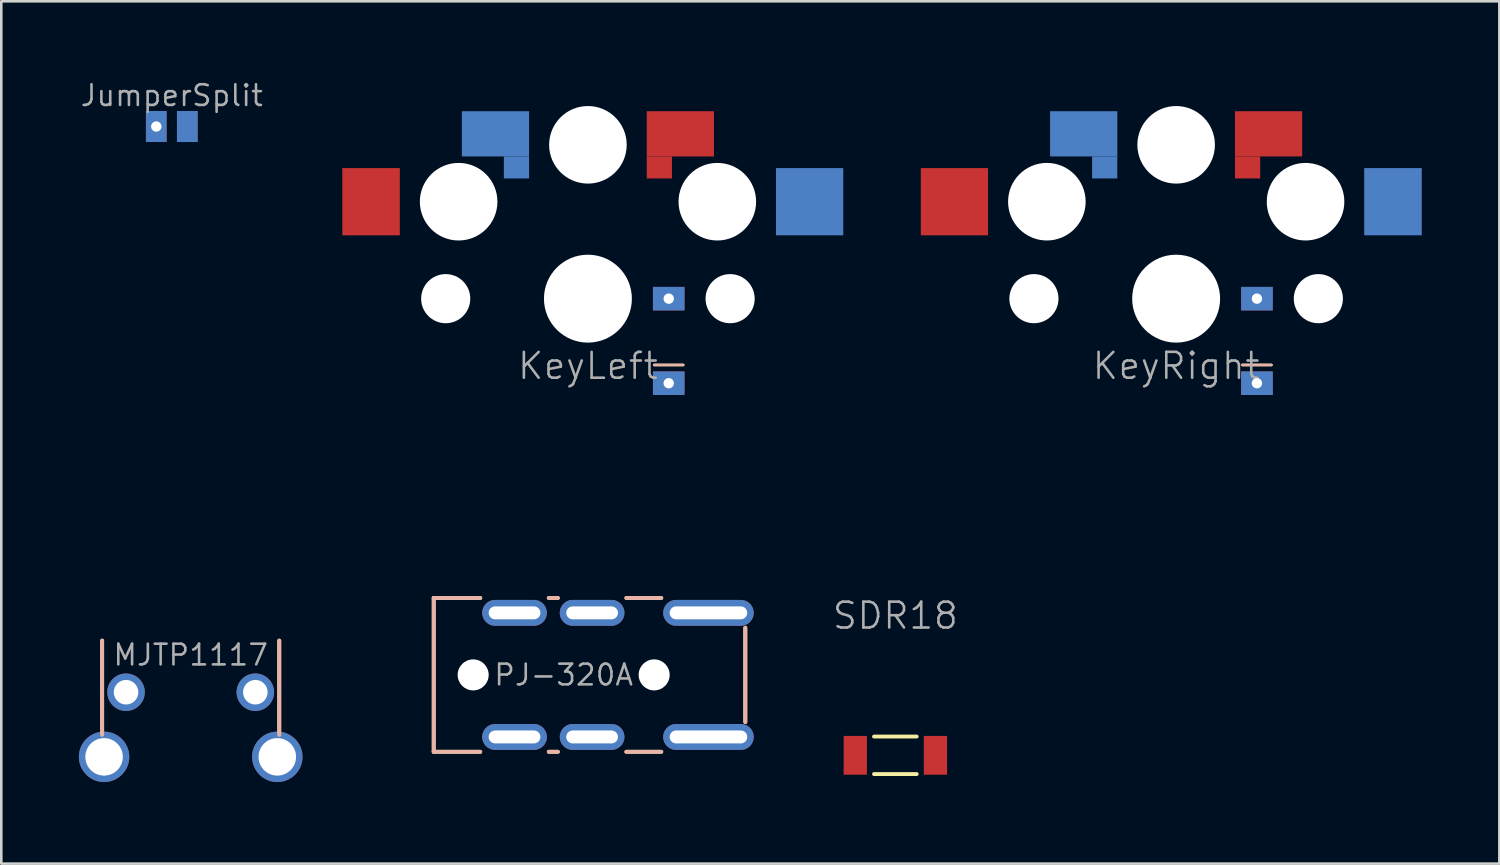
<source format=kicad_pcb>
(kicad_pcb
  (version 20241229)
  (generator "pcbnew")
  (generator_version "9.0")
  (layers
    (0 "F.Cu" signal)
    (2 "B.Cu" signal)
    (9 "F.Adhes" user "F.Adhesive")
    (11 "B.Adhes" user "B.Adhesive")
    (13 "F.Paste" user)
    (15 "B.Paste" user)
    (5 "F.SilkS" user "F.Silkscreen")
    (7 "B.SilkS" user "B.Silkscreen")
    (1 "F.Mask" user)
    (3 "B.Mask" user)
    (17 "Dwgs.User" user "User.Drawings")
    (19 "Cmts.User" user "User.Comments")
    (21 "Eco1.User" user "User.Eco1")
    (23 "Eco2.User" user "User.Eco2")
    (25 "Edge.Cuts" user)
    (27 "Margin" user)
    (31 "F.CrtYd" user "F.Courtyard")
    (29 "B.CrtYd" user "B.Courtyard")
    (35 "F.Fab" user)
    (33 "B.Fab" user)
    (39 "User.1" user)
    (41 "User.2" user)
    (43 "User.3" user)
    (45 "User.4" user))
  (footprint "KeyRight"
    (layer "F.Cu")
    (at 42.438 8.501)
    (property "Reference" "KeyRight" (at 0 2.6 0) (unlocked yes) (layer "F.Fab") (effects (font (size 1 1) (thickness 0.1))))
    (attr through_hole)
    (fp_line (start 2.565 2.565) (end 3.685 2.565) (stroke (width 0.1) (type default)) (layer "F.SilkS"))
    (fp_line (start 2.565 2.565) (end 3.685 2.565) (stroke (width 0.1) (type default)) (layer "B.SilkS"))
    (fp_rect (start -9 -8.5) (end 9 8.5) (stroke (width 0.001) (type default)) (fill no) (layer "Dwgs.User"))
    (fp_rect (start -6.9 -6.9) (end 6.9 6.9) (stroke (width 0.001) (type default)) (fill no) (layer "B.Fab"))
    (fp_rect (start 7.275 -8.275) (end -2.275 -1.425) (stroke (width 0.001) (type default)) (fill no) (layer "B.Fab"))
    (fp_rect (start -7.275 -8.275) (end 2.275 -1.425) (stroke (width 0.001) (type default)) (fill no) (layer "F.Fab"))
    (fp_rect (start -6.9 -6.9) (end 6.9 6.9) (stroke (width 0.001) (type default)) (fill no) (layer "F.Fab"))
    (pad "" np_thru_hole circle (at -5.5 0) (size 1.9 1.9) (drill 1.9) (layers "*.Cu" "*.Mask"))
    (pad "" np_thru_hole circle (at -5 -3.75) (size 3 3) (drill 3) (layers "*.Cu" "*.Mask"))
    (pad "" np_thru_hole circle (at 0 -5.95) (size 3 3) (drill 3) (layers "*.Cu" "*.Mask"))
    (pad "" np_thru_hole circle (at 0 0) (size 3.4 3.4) (drill 3.4) (layers "*.Cu" "*.Mask"))
    (pad "" np_thru_hole circle (at 5.005 -3.75) (size 3 3) (drill 3) (layers "*.Cu" "*.Mask"))
    (pad "" np_thru_hole circle (at 5.5 0) (size 1.9 1.9) (drill 1.9) (layers "*.Cu" "*.Mask"))
    (pad "1" smd rect (at -8.575 -3.75) (size 2.6 2.6) (layers "F.Cu" "F.Mask" "F.Paste"))
    (pad "2" smd rect (at -3.575 -6.375) (size 2.6 1.75) (layers "B.Cu" "B.Mask" "B.Paste"))
    (pad "2" smd rect (at -2.763 -5.075) (size 0.975 0.85) (layers "B.Cu" "B.Mask" "B.Paste"))
    (pad "3" smd rect (at 8.387 -3.75) (size 2.225 2.6) (layers "B.Cu" "B.Mask" "B.Paste"))
    (pad "4" smd rect (at 2.763 -5.075) (size 0.975 0.85) (layers "F.Cu" "F.Mask" "F.Paste"))
    (pad "4" smd rect (at 3.575 -6.375) (size 2.6 1.75) (layers "F.Cu" "F.Mask" "F.Paste"))
    (pad "5" thru_hole rect (at 3.125 0 90) (size 0.91 1.22) (drill 0.4) (layers "*.Cu" "*.Paste" "*.Mask"))
    (pad "6" thru_hole rect (at 3.125 3.27 90) (size 0.91 1.22) (drill 0.4) (layers "*.Cu" "*.Paste" "*.Mask")))
  (footprint "KeyLeft"
    (layer "F.Cu")
    (at 19.688 8.501)
    (property "Reference" "KeyLeft" (at 0 2.6 0) (unlocked yes) (layer "F.Fab") (effects (font (size 1 1) (thickness 0.1))))
    (attr through_hole)
    (fp_line (start 2.565 2.565) (end 3.685 2.565) (stroke (width 0.1) (type default)) (layer "F.SilkS"))
    (fp_line (start 2.565 2.565) (end 3.685 2.565) (stroke (width 0.1) (type default)) (layer "B.SilkS"))
    (fp_rect (start -9 -8.5) (end 9 8.5) (stroke (width 0.001) (type default)) (fill no) (layer "Dwgs.User"))
    (fp_rect (start -6.9 -6.9) (end 6.9 6.9) (stroke (width 0.001) (type default)) (fill no) (layer "B.Fab"))
    (fp_rect (start 7.275 -8.275) (end -2.275 -1.425) (stroke (width 0.001) (type default)) (fill no) (layer "B.Fab"))
    (fp_rect (start -7.275 -8.275) (end 2.275 -1.425) (stroke (width 0.001) (type default)) (fill no) (layer "F.Fab"))
    (fp_rect (start -6.9 -6.9) (end 6.9 6.9) (stroke (width 0.001) (type default)) (fill no) (layer "F.Fab"))
    (pad "" np_thru_hole circle (at -5.5 0) (size 1.9 1.9) (drill 1.9) (layers "*.Cu" "*.Mask"))
    (pad "" np_thru_hole circle (at -5 -3.75) (size 3 3) (drill 3) (layers "*.Cu" "*.Mask"))
    (pad "" np_thru_hole circle (at 0 -5.95) (size 3 3) (drill 3) (layers "*.Cu" "*.Mask"))
    (pad "" np_thru_hole circle (at 0 0) (size 3.4 3.4) (drill 3.4) (layers "*.Cu" "*.Mask"))
    (pad "" np_thru_hole circle (at 5.005 -3.75) (size 3 3) (drill 3) (layers "*.Cu" "*.Mask"))
    (pad "" np_thru_hole circle (at 5.5 0) (size 1.9 1.9) (drill 1.9) (layers "*.Cu" "*.Mask"))
    (pad "1" smd rect (at -8.387 -3.75) (size 2.225 2.6) (layers "F.Cu" "F.Mask" "F.Paste"))
    (pad "2" smd rect (at -3.575 -6.375) (size 2.6 1.75) (layers "B.Cu" "B.Mask" "B.Paste"))
    (pad "2" smd rect (at -2.763 -5.075) (size 0.975 0.85) (layers "B.Cu" "B.Mask" "B.Paste"))
    (pad "3" smd rect (at 8.575 -3.75) (size 2.6 2.6) (layers "B.Cu" "B.Mask" "B.Paste"))
    (pad "4" smd rect (at 2.763 -5.075) (size 0.975 0.85) (layers "F.Cu" "F.Mask" "F.Paste"))
    (pad "4" smd rect (at 3.575 -6.375) (size 2.6 1.75) (layers "F.Cu" "F.Mask" "F.Paste"))
    (pad "5" thru_hole rect (at 3.125 0 90) (size 0.91 1.22) (drill 0.4) (layers "*.Cu" "*.Paste" "*.Mask"))
    (pad "6" thru_hole rect (at 3.125 3.27 90) (size 0.91 1.22) (drill 0.4) (layers "*.Cu" "*.Paste" "*.Mask")))
  (footprint "SDR18"
    (layer "F.Cu")
    (at 31.579 26.162)
    (property "Reference" "SDR18" (at 0 -5.4 0) (unlocked yes) (layer "F.Fab") (effects (font (size 1 1) (thickness 0.1))))
    (attr smd)
    (fp_line (start -0.825 -0.725) (end 0.825 -0.725) (stroke (width 0.15) (type default)) (layer "F.SilkS"))
    (fp_line (start -0.825 0.725) (end 0.825 0.725) (stroke (width 0.15) (type default)) (layer "F.SilkS"))
    (fp_rect (start -1.6 -0.8) (end 1.6 0.8) (stroke (width 0.0001) (type default)) (fill no) (layer "F.Fab"))
    (pad "1" smd rect (at -1.55 0) (size 0.9 1.5) (layers "F.Cu" "F.Mask" "F.Paste"))
    (pad "2" smd rect (at 1.55 0) (size 0.9 1.5) (layers "F.Cu" "F.Mask" "F.Paste")))
  (footprint "MJTP1117"
    (layer "F.Cu")
    (at 4.325 23.677)
    (property "Reference" "MJTP1117" (at 0 -1.397 0) (unlocked yes) (layer "F.Fab") (effects (font (size 0.8 0.8) (thickness 0.1))))
    (attr through_hole)
    (fp_line (start -3.425 1.595) (end -3.425 -1.95) (stroke (width 0.15) (type default)) (layer "F.SilkS"))
    (fp_line (start 3.425 1.595) (end 3.425 -1.95) (stroke (width 0.15) (type default)) (layer "F.SilkS"))
    (fp_line (start -3.425 1.695) (end -3.425 -1.95) (stroke (width 0.15) (type default)) (layer "B.SilkS"))
    (fp_line (start 3.425 1.695) (end 3.425 -1.95) (stroke (width 0.15) (type default)) (layer "B.SilkS"))
    (fp_rect (start -3.5 -3.675) (end 3.5 3.675) (stroke (width 0.001) (type default)) (fill no) (layer "B.Fab"))
    (fp_rect (start -3.5 -3.675) (end 3.5 3.675) (stroke (width 0.001) (type default)) (fill no) (layer "F.Fab"))
    (fp_rect (start -3.5 -2.225) (end 3.5 3.675) (stroke (width 0.001) (type default)) (fill no) (layer "F.Fab"))
    (pad "" thru_hole circle (at -3.35 2.545) (size 1.95 1.95) (drill 1.45) (layers "*.Cu" "*.Mask"))
    (pad "" thru_hole circle (at 3.35 2.545) (size 1.95 1.95) (drill 1.45) (layers "*.Cu" "*.Mask"))
    (pad "1" thru_hole circle (at -2.5 0.045) (size 1.45 1.45) (drill 0.95) (layers "*.Cu" "*.Mask"))
    (pad "2" thru_hole circle (at 2.5 0.045) (size 1.45 1.45) (drill 0.95) (layers "*.Cu" "*.Mask")))
  (footprint "JumperSplit"
    (layer "F.Cu")
    (at 3.594 1.843)
    (property "Reference" "JumperSplit" (at 0 -1.2 0) (unlocked yes) (layer "F.Fab") (effects (font (size 0.8 0.8) (thickness 0.1))))
    (attr smd)
    (pad "1" thru_hole rect (at -0.6 0) (size 0.8 1.2) (drill 0.4) (layers "*.Cu" "*.Paste" "*.Mask"))
    (pad "2" smd rect (at 0.6 0) (size 0.8 1.2) (layers "F.Cu" "F.Mask" "F.Paste"))
    (pad "3" smd rect (at 0.6 0) (size 0.8 1.2) (layers "B.Cu" "B.Mask" "B.Paste")))
  (footprint "PJ-320A"
    (layer "F.Cu")
    (at 18.75 23.052)
    (property "Reference" "PJ-320A" (at 0 0 0) (unlocked yes) (layer "F.Fab") (effects (font (size 0.8 0.8) (thickness 0.1))))
    (attr through_hole)
    (fp_line (start -5.025 -2.975) (end -5.025 2.975) (stroke (width 0.15) (type default)) (layer "F.SilkS"))
    (fp_line (start -5.025 -2.975) (end -3.225 -2.975) (stroke (width 0.15) (type default)) (layer "F.SilkS"))
    (fp_line (start -3.225 2.975) (end -5.025 2.975) (stroke (width 0.15) (type default)) (layer "F.SilkS"))
    (fp_line (start -0.575 -2.975) (end -0.225 -2.975) (stroke (width 0.15) (type default)) (layer "F.SilkS"))
    (fp_line (start -0.575 2.975) (end -0.225 2.975) (stroke (width 0.15) (type default)) (layer "F.SilkS"))
    (fp_line (start 2.425 -2.975) (end 3.775 -2.975) (stroke (width 0.15) (type default)) (layer "F.SilkS"))
    (fp_line (start 2.425 2.975) (end 3.775 2.975) (stroke (width 0.15) (type default)) (layer "F.SilkS"))
    (fp_line (start 7.025 -1.825) (end 7.025 1.825) (stroke (width 0.15) (type default)) (layer "F.SilkS"))
    (fp_line (start -5.025 -2.975) (end -5.025 2.975) (stroke (width 0.15) (type default)) (layer "B.SilkS"))
    (fp_line (start -5.025 2.975) (end -3.225 2.975) (stroke (width 0.15) (type default)) (layer "B.SilkS"))
    (fp_line (start -3.225 -2.975) (end -5.025 -2.975) (stroke (width 0.15) (type default)) (layer "B.SilkS"))
    (fp_line (start -0.575 -2.975) (end -0.225 -2.975) (stroke (width 0.15) (type default)) (layer "B.SilkS"))
    (fp_line (start -0.575 2.975) (end -0.225 2.975) (stroke (width 0.15) (type default)) (layer "B.SilkS"))
    (fp_line (start 2.425 -2.975) (end 3.775 -2.975) (stroke (width 0.15) (type default)) (layer "B.SilkS"))
    (fp_line (start 2.425 2.975) (end 3.775 2.975) (stroke (width 0.15) (type default)) (layer "B.SilkS"))
    (fp_line (start 7.025 1.825) (end 7.025 -1.825) (stroke (width 0.15) (type default)) (layer "B.SilkS"))
    (fp_rect (start -7.1 -3.05) (end 7.1 3.05) (stroke (width 0.001) (type default)) (fill no) (layer "B.Fab"))
    (fp_rect (start 7.1 -3.05) (end -7.1 3.05) (stroke (width 0.001) (type default)) (fill no) (layer "F.Fab"))
    (pad "" np_thru_hole circle (at -3.5 0) (size 1.2 1.2) (drill 1.2) (layers "*.Cu"))
    (pad "" np_thru_hole circle (at 3.5 0) (size 1.2 1.2) (drill 1.2) (layers "*.Cu"))
    (pad "1" thru_hole oval (at -1.9 2.4) (size 2.5 1) (drill oval 2 0.5) (layers "*.Cu" "*.Mask"))
    (pad "2" thru_hole oval (at 1.1 2.4) (size 2.5 1) (drill oval 2 0.5) (layers "*.Cu" "*.Mask"))
    (pad "3" thru_hole oval (at 5.6 2.4) (size 3.5 1) (drill oval 3 0.5) (layers "*.Cu" "*.Mask"))
    (pad "4" thru_hole oval (at 5.6 -2.4) (size 3.5 1) (drill oval 3 0.5) (layers "*.Cu" "*.Mask"))
    (pad "5" thru_hole oval (at 1.1 -2.4) (size 2.5 1) (drill oval 2 0.5) (layers "*.Cu" "*.Mask"))
    (pad "6" thru_hole oval (at -1.9 -2.4) (size 2.5 1) (drill oval 2 0.5) (layers "*.Cu" "*.Mask")))
  (gr_rect
    (start -3 -3)
    (end 54.938 30.352)
    (stroke (width 0.1) (type default))
    (fill no)
    (layer "Edge.Cuts")))
</source>
